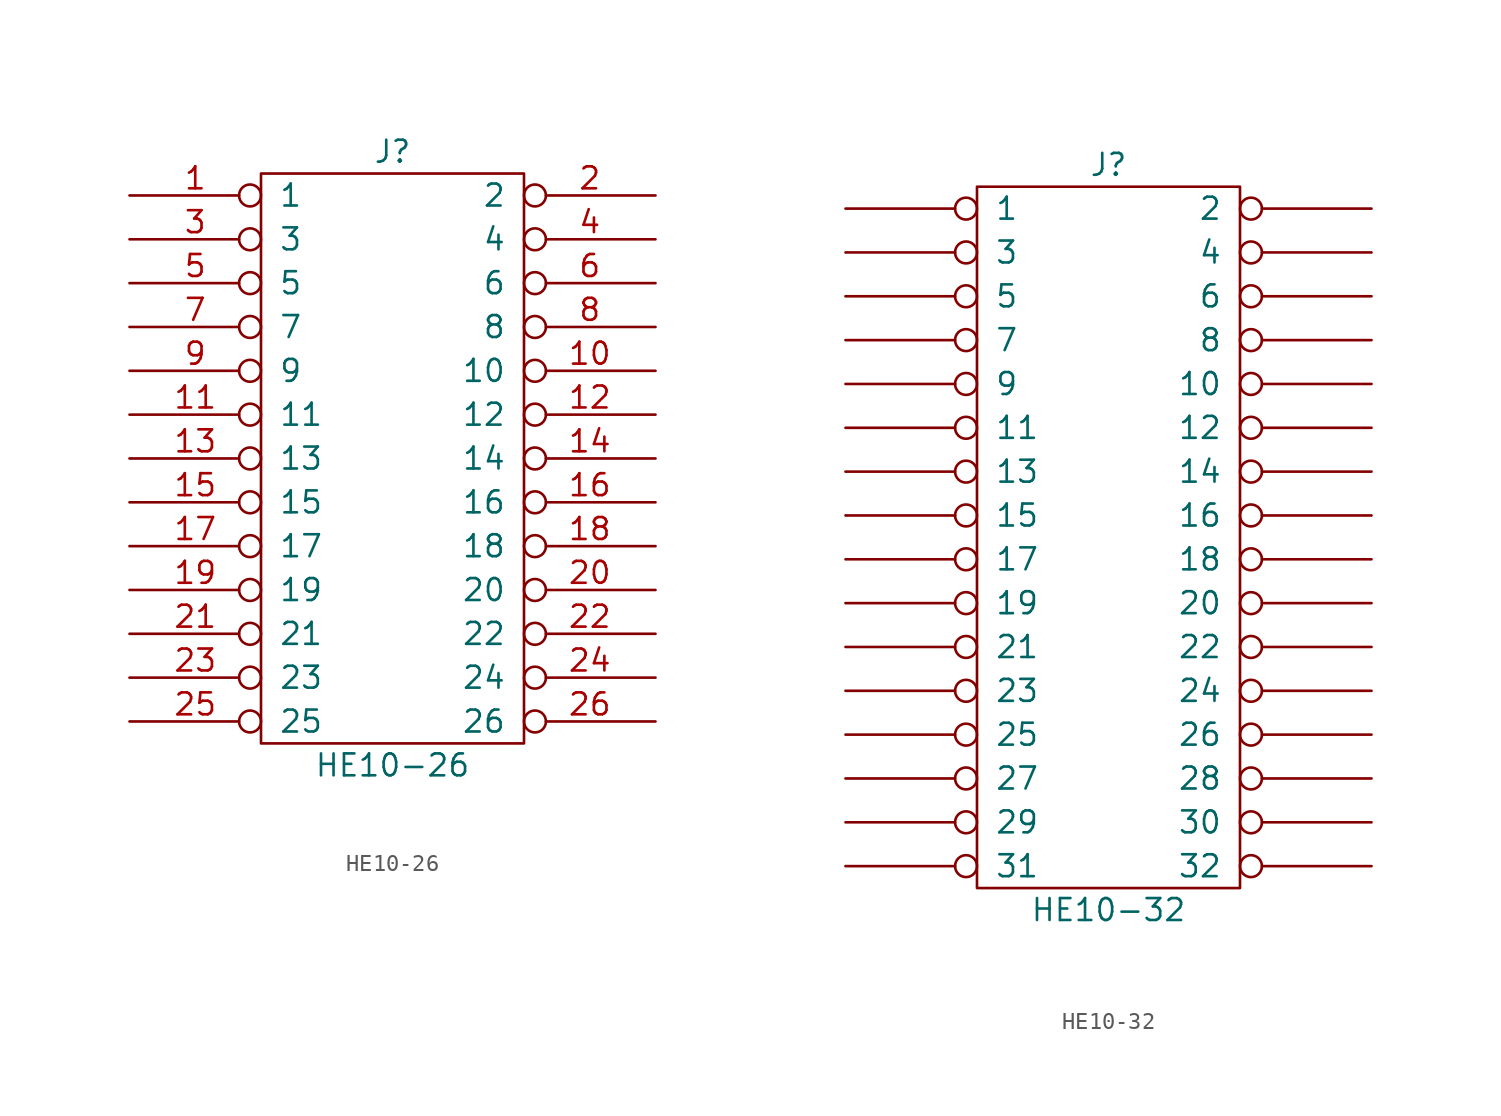
<source format=kicad_sym>
(kicad_symbol_lib
  (version 20211014)
  (generator kicad_symbol_editor)
  (symbol "HE10-26"
    (pin_names
      (offset 1.016))
    (property "Reference" "J"
      (at 0 19.05 0)
      (effects (font (size 1.27 1.27))))
    (property "Value" "HE10-26"
      (at 0 -16.51 0)
      (effects (font (size 1.27 1.27))))
    (symbol "HE10-26_0_1"
      (rectangle (start -7.62 17.78) (end 7.62 -15.24) (stroke (width 0) (type default) (color 0 0 0 0)) (fill (type none))))
    (symbol "HE10-26_1_1"
      (pin passive inverted (at -15.24 16.51 0) (length 7.62) (name "1" (effects (font (size 1.27 1.27)))) (number "1" (effects (font (size 1.27 1.27)))))
      (pin passive inverted (at 15.24 6.35 180) (length 7.62) (name "10" (effects (font (size 1.27 1.27)))) (number "10" (effects (font (size 1.27 1.27)))))
      (pin passive inverted (at -15.24 3.81 0) (length 7.62) (name "11" (effects (font (size 1.27 1.27)))) (number "11" (effects (font (size 1.27 1.27)))))
      (pin passive inverted (at 15.24 3.81 180) (length 7.62) (name "12" (effects (font (size 1.27 1.27)))) (number "12" (effects (font (size 1.27 1.27)))))
      (pin passive inverted (at -15.24 1.27 0) (length 7.62) (name "13" (effects (font (size 1.27 1.27)))) (number "13" (effects (font (size 1.27 1.27)))))
      (pin passive inverted (at 15.24 1.27 180) (length 7.62) (name "14" (effects (font (size 1.27 1.27)))) (number "14" (effects (font (size 1.27 1.27)))))
      (pin passive inverted (at -15.24 -1.27 0) (length 7.62) (name "15" (effects (font (size 1.27 1.27)))) (number "15" (effects (font (size 1.27 1.27)))))
      (pin passive inverted (at 15.24 -1.27 180) (length 7.62) (name "16" (effects (font (size 1.27 1.27)))) (number "16" (effects (font (size 1.27 1.27)))))
      (pin passive inverted (at -15.24 -3.81 0) (length 7.62) (name "17" (effects (font (size 1.27 1.27)))) (number "17" (effects (font (size 1.27 1.27)))))
      (pin passive inverted (at 15.24 -3.81 180) (length 7.62) (name "18" (effects (font (size 1.27 1.27)))) (number "18" (effects (font (size 1.27 1.27)))))
      (pin passive inverted (at -15.24 -6.35 0) (length 7.62) (name "19" (effects (font (size 1.27 1.27)))) (number "19" (effects (font (size 1.27 1.27)))))
      (pin passive inverted (at 15.24 16.51 180) (length 7.62) (name "2" (effects (font (size 1.27 1.27)))) (number "2" (effects (font (size 1.27 1.27)))))
      (pin passive inverted (at 15.24 -6.35 180) (length 7.62) (name "20" (effects (font (size 1.27 1.27)))) (number "20" (effects (font (size 1.27 1.27)))))
      (pin passive inverted (at -15.24 -8.89 0) (length 7.62) (name "21" (effects (font (size 1.27 1.27)))) (number "21" (effects (font (size 1.27 1.27)))))
      (pin passive inverted (at 15.24 -8.89 180) (length 7.62) (name "22" (effects (font (size 1.27 1.27)))) (number "22" (effects (font (size 1.27 1.27)))))
      (pin passive inverted (at -15.24 -11.43 0) (length 7.62) (name "23" (effects (font (size 1.27 1.27)))) (number "23" (effects (font (size 1.27 1.27)))))
      (pin passive inverted (at 15.24 -11.43 180) (length 7.62) (name "24" (effects (font (size 1.27 1.27)))) (number "24" (effects (font (size 1.27 1.27)))))
      (pin passive inverted (at -15.24 -13.97 0) (length 7.62) (name "25" (effects (font (size 1.27 1.27)))) (number "25" (effects (font (size 1.27 1.27)))))
      (pin passive inverted (at 15.24 -13.97 180) (length 7.62) (name "26" (effects (font (size 1.27 1.27)))) (number "26" (effects (font (size 1.27 1.27)))))
      (pin passive inverted (at -15.24 13.97 0) (length 7.62) (name "3" (effects (font (size 1.27 1.27)))) (number "3" (effects (font (size 1.27 1.27)))))
      (pin passive inverted (at 15.24 13.97 180) (length 7.62) (name "4" (effects (font (size 1.27 1.27)))) (number "4" (effects (font (size 1.27 1.27)))))
      (pin passive inverted (at -15.24 11.43 0) (length 7.62) (name "5" (effects (font (size 1.27 1.27)))) (number "5" (effects (font (size 1.27 1.27)))))
      (pin passive inverted (at 15.24 11.43 180) (length 7.62) (name "6" (effects (font (size 1.27 1.27)))) (number "6" (effects (font (size 1.27 1.27)))))
      (pin passive inverted (at -15.24 8.89 0) (length 7.62) (name "7" (effects (font (size 1.27 1.27)))) (number "7" (effects (font (size 1.27 1.27)))))
      (pin passive inverted (at 15.24 8.89 180) (length 7.62) (name "8" (effects (font (size 1.27 1.27)))) (number "8" (effects (font (size 1.27 1.27)))))
      (pin passive inverted (at -15.24 6.35 0) (length 7.62) (name "9" (effects (font (size 1.27 1.27)))) (number "9" (effects (font (size 1.27 1.27)))))))
  (symbol "HE10-32"
    (pin_numbers hide)
    (pin_names
      (offset 1.016))
    (property "Reference" "J"
      (at 0 21.59 0)
      (effects (font (size 1.27 1.27))))
    (property "Value" "HE10-32"
      (at 0 -21.59 0)
      (effects (font (size 1.27 1.27))))
    (symbol "HE10-32_0_1"
      (rectangle (start -7.62 20.32) (end 7.62 -20.32) (stroke (width 0) (type default) (color 0 0 0 0)) (fill (type none)))
      (pin passive inverted (at -15.24 19.05 0) (length 7.62) (name "1" (effects (font (size 1.27 1.27)))) (number "1" (effects (font (size 1.27 1.27)))))
      (pin passive inverted (at 15.24 8.89 180) (length 7.62) (name "10" (effects (font (size 1.27 1.27)))) (number "10" (effects (font (size 1.27 1.27)))))
      (pin passive inverted (at -15.24 6.35 0) (length 7.62) (name "11" (effects (font (size 1.27 1.27)))) (number "11" (effects (font (size 1.27 1.27)))))
      (pin passive inverted (at 15.24 6.35 180) (length 7.62) (name "12" (effects (font (size 1.27 1.27)))) (number "12" (effects (font (size 1.27 1.27)))))
      (pin passive inverted (at -15.24 3.81 0) (length 7.62) (name "13" (effects (font (size 1.27 1.27)))) (number "13" (effects (font (size 1.27 1.27)))))
      (pin passive inverted (at 15.24 3.81 180) (length 7.62) (name "14" (effects (font (size 1.27 1.27)))) (number "14" (effects (font (size 1.27 1.27)))))
      (pin passive inverted (at -15.24 1.27 0) (length 7.62) (name "15" (effects (font (size 1.27 1.27)))) (number "15" (effects (font (size 1.27 1.27)))))
      (pin passive inverted (at 15.24 1.27 180) (length 7.62) (name "16" (effects (font (size 1.27 1.27)))) (number "16" (effects (font (size 1.27 1.27)))))
      (pin passive inverted (at -15.24 -1.27 0) (length 7.62) (name "17" (effects (font (size 1.27 1.27)))) (number "17" (effects (font (size 1.27 1.27)))))
      (pin passive inverted (at 15.24 -1.27 180) (length 7.62) (name "18" (effects (font (size 1.27 1.27)))) (number "18" (effects (font (size 1.27 1.27)))))
      (pin passive inverted (at -15.24 -3.81 0) (length 7.62) (name "19" (effects (font (size 1.27 1.27)))) (number "19" (effects (font (size 1.27 1.27)))))
      (pin passive inverted (at 15.24 19.05 180) (length 7.62) (name "2" (effects (font (size 1.27 1.27)))) (number "2" (effects (font (size 1.27 1.27)))))
      (pin passive inverted (at 15.24 -3.81 180) (length 7.62) (name "20" (effects (font (size 1.27 1.27)))) (number "20" (effects (font (size 1.27 1.27)))))
      (pin passive inverted (at -15.24 -6.35 0) (length 7.62) (name "21" (effects (font (size 1.27 1.27)))) (number "21" (effects (font (size 1.27 1.27)))))
      (pin passive inverted (at 15.24 -6.35 180) (length 7.62) (name "22" (effects (font (size 1.27 1.27)))) (number "22" (effects (font (size 1.27 1.27)))))
      (pin passive inverted (at -15.24 -8.89 0) (length 7.62) (name "23" (effects (font (size 1.27 1.27)))) (number "23" (effects (font (size 1.27 1.27)))))
      (pin passive inverted (at 15.24 -8.89 180) (length 7.62) (name "24" (effects (font (size 1.27 1.27)))) (number "24" (effects (font (size 1.27 1.27)))))
      (pin passive inverted (at -15.24 -11.43 0) (length 7.62) (name "25" (effects (font (size 1.27 1.27)))) (number "25" (effects (font (size 1.27 1.27)))))
      (pin passive inverted (at 15.24 -11.43 180) (length 7.62) (name "26" (effects (font (size 1.27 1.27)))) (number "26" (effects (font (size 1.27 1.27)))))
      (pin passive inverted (at -15.24 -13.97 0) (length 7.62) (name "27" (effects (font (size 1.27 1.27)))) (number "27" (effects (font (size 1.27 1.27)))))
      (pin passive inverted (at 15.24 -13.97 180) (length 7.62) (name "28" (effects (font (size 1.27 1.27)))) (number "28" (effects (font (size 1.27 1.27)))))
      (pin passive inverted (at -15.24 -16.51 0) (length 7.62) (name "29" (effects (font (size 1.27 1.27)))) (number "29" (effects (font (size 1.27 1.27)))))
      (pin passive inverted (at -15.24 16.51 0) (length 7.62) (name "3" (effects (font (size 1.27 1.27)))) (number "3" (effects (font (size 1.27 1.27)))))
      (pin passive inverted (at 15.24 -16.51 180) (length 7.62) (name "30" (effects (font (size 1.27 1.27)))) (number "30" (effects (font (size 1.27 1.27)))))
      (pin passive inverted (at -15.24 -19.05 0) (length 7.62) (name "31" (effects (font (size 1.27 1.27)))) (number "31" (effects (font (size 1.27 1.27)))))
      (pin passive inverted (at 15.24 -19.05 180) (length 7.62) (name "32" (effects (font (size 1.27 1.27)))) (number "32" (effects (font (size 1.27 1.27)))))
      (pin passive inverted (at 15.24 16.51 180) (length 7.62) (name "4" (effects (font (size 1.27 1.27)))) (number "4" (effects (font (size 1.27 1.27)))))
      (pin passive inverted (at -15.24 13.97 0) (length 7.62) (name "5" (effects (font (size 1.27 1.27)))) (number "5" (effects (font (size 1.27 1.27)))))
      (pin passive inverted (at 15.24 13.97 180) (length 7.62) (name "6" (effects (font (size 1.27 1.27)))) (number "6" (effects (font (size 1.27 1.27)))))
      (pin passive inverted (at -15.24 11.43 0) (length 7.62) (name "7" (effects (font (size 1.27 1.27)))) (number "7" (effects (font (size 1.27 1.27)))))
      (pin passive inverted (at 15.24 11.43 180) (length 7.62) (name "8" (effects (font (size 1.27 1.27)))) (number "8" (effects (font (size 1.27 1.27)))))
      (pin passive inverted (at -15.24 8.89 0) (length 7.62) (name "9" (effects (font (size 1.27 1.27)))) (number "9" (effects (font (size 1.27 1.27))))))))
</source>
